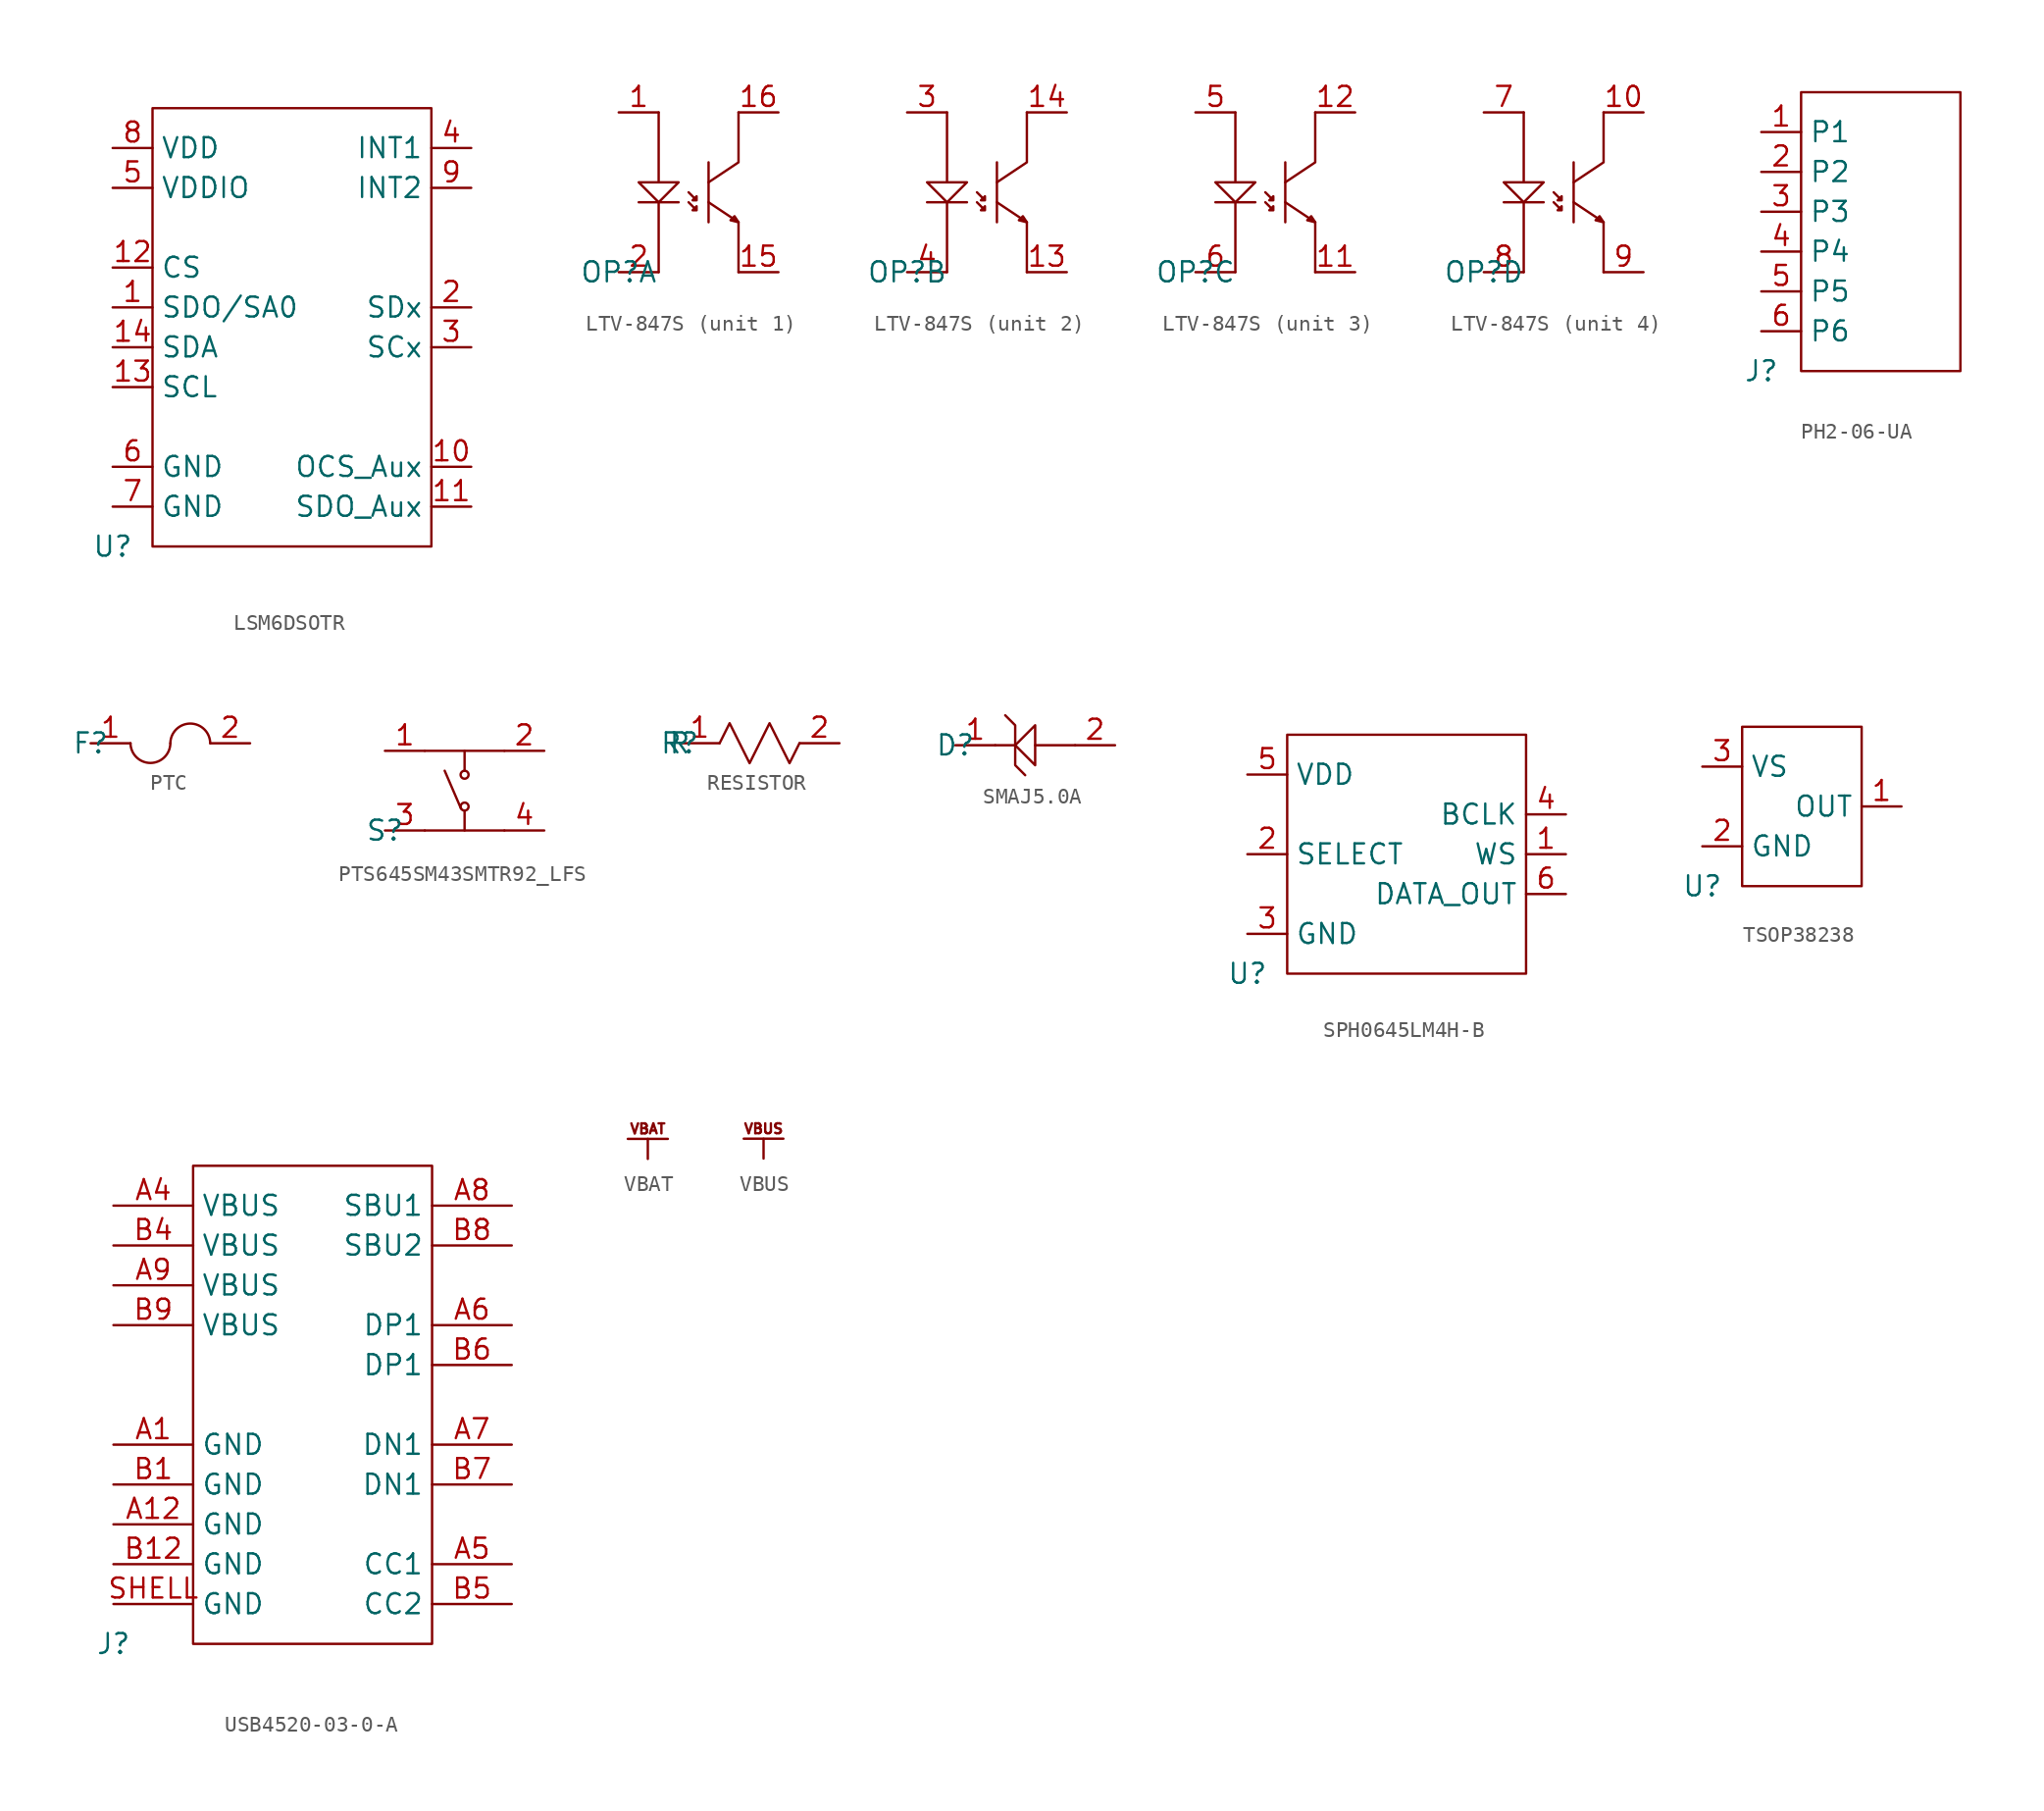
<source format=kicad_sym>
(kicad_symbol_lib
  (version 20220914)
  (generator kicad_symbol_editor)
  (symbol "LSM6DSOTR"
    (property "Reference" "U"
      (at 0 0 0)
      (effects (font (size 1.27 1.27))))
    (symbol "LSM6DSOTR_0_1"
      (rectangle (start 2.54 27.94) (end 20.32 0) (stroke (width 0) (type default)) (fill (type none))))
    (symbol "LSM6DSOTR_1_1"
      (pin bidirectional line (at 0 15.24 0) (length 2.54) (name "SDO/SA0" (effects (font (size 1.27 1.27)))) (number "1" (effects (font (size 1.27 1.27)))) (alternate "MISO" output line) (alternate "SA0" input line))
      (pin output line (at 22.86 5.08 180) (length 2.54) (name "OCS_Aux" (effects (font (size 1.27 1.27)))) (number "10" (effects (font (size 1.27 1.27)))) (alternate "NC" no_connect line))
      (pin output line (at 22.86 2.54 180) (length 2.54) (name "SDO_Aux" (effects (font (size 1.27 1.27)))) (number "11" (effects (font (size 1.27 1.27)))) (alternate "NC" no_connect line))
      (pin input line (at 0 17.78 0) (length 2.54) (name "CS" (effects (font (size 1.27 1.27)))) (number "12" (effects (font (size 1.27 1.27)))))
      (pin input line (at 0 10.16 0) (length 2.54) (name "SCL" (effects (font (size 1.27 1.27)))) (number "13" (effects (font (size 1.27 1.27)))))
      (pin open_collector line (at 0 12.7 0) (length 2.54) (name "SDA" (effects (font (size 1.27 1.27)))) (number "14" (effects (font (size 1.27 1.27)))) (alternate "MOSI" input line) (alternate "SDO" output line))
      (pin passive line (at 22.86 15.24 180) (length 2.54) (name "SDx" (effects (font (size 1.27 1.27)))) (number "2" (effects (font (size 1.27 1.27)))) (alternate "MSDA" open_collector line) (alternate "SDI" input line) (alternate "SDO" output line))
      (pin passive line (at 22.86 12.7 180) (length 2.54) (name "SCx" (effects (font (size 1.27 1.27)))) (number "3" (effects (font (size 1.27 1.27)))) (alternate "MSCL" open_collector line) (alternate "SPC_Aux" output line))
      (pin output line (at 22.86 25.4 180) (length 2.54) (name "INT1" (effects (font (size 1.27 1.27)))) (number "4" (effects (font (size 1.27 1.27)))))
      (pin power_in line (at 0 22.86 0) (length 2.54) (name "VDDIO" (effects (font (size 1.27 1.27)))) (number "5" (effects (font (size 1.27 1.27)))))
      (pin passive line (at 0 5.08 0) (length 2.54) (name "GND" (effects (font (size 1.27 1.27)))) (number "6" (effects (font (size 1.27 1.27)))))
      (pin passive line (at 0 2.54 0) (length 2.54) (name "GND" (effects (font (size 1.27 1.27)))) (number "7" (effects (font (size 1.27 1.27)))))
      (pin power_in line (at 0 25.4 0) (length 2.54) (name "VDD" (effects (font (size 1.27 1.27)))) (number "8" (effects (font (size 1.27 1.27)))))
      (pin output line (at 22.86 22.86 180) (length 2.54) (name "INT2" (effects (font (size 1.27 1.27)))) (number "9" (effects (font (size 1.27 1.27)))))))
  (symbol "LTV-847S"
    (pin_names hide)
    (property "Reference" "OP"
      (at 0 0 0)
      (effects (font (size 1.27 1.27))))
    (symbol "LTV-847S_0_1"
      (polyline (pts (xy 1.27 4.445) (xy 3.81 4.445)) (stroke (width 0) (type default)) (fill (type none)))
      (polyline (pts (xy 2.54 4.445) (xy 2.54 0)) (stroke (width 0) (type default)) (fill (type none)))
      (polyline (pts (xy 2.54 10.16) (xy 2.54 5.715)) (stroke (width 0) (type default)) (fill (type none)))
      (polyline (pts (xy 5.715 6.985) (xy 5.715 3.175)) (stroke (width 0) (type default)) (fill (type none)))
      (polyline (pts (xy 7.62 0) (xy 7.62 3.175) (xy 5.715 4.445)) (stroke (width 0) (type default)) (fill (type none)))
      (polyline (pts (xy 7.62 10.16) (xy 7.62 6.985) (xy 5.715 5.715)) (stroke (width 0) (type default)) (fill (type none)))
      (polyline (pts (xy 2.54 4.445) (xy 3.81 5.715) (xy 1.27 5.715) (xy 2.54 4.445)) (stroke (width 0) (type default)) (fill (type none)))
      (polyline (pts (xy 7.62 3.175) (xy 7.366 3.556) (xy 7.112 3.302) (xy 7.62 3.175)) (stroke (width 0) (type default)) (fill (type none)))
      (polyline (pts (xy 4.445 4.445) (xy 4.953 3.937) (xy 4.953 4.191) (xy 4.699 3.937) (xy 4.953 3.937)) (stroke (width 0) (type default)) (fill (type none)))
      (polyline (pts (xy 4.445 5.08) (xy 4.953 4.572) (xy 4.953 4.826) (xy 4.699 4.572) (xy 4.953 4.572)) (stroke (width 0) (type default)) (fill (type none))))
    (symbol "LTV-847S_1_1"
      (pin passive line (at 0 10.16 0) (length 2.54) (name "A" (effects (font (size 1.27 1.27)))) (number "1" (effects (font (size 1.27 1.27)))))
      (pin open_emitter line (at 10.16 0 180) (length 2.54) (name "E" (effects (font (size 1.27 1.27)))) (number "15" (effects (font (size 1.27 1.27)))))
      (pin open_collector line (at 10.16 10.16 180) (length 2.54) (name "C" (effects (font (size 1.27 1.27)))) (number "16" (effects (font (size 1.27 1.27)))))
      (pin passive line (at 0 0 0) (length 2.54) (name "K" (effects (font (size 1.27 1.27)))) (number "2" (effects (font (size 1.27 1.27))))))
    (symbol "LTV-847S_2_1"
      (pin open_emitter line (at 10.16 0 180) (length 2.54) (name "E" (effects (font (size 1.27 1.27)))) (number "13" (effects (font (size 1.27 1.27)))))
      (pin open_collector line (at 10.16 10.16 180) (length 2.54) (name "C" (effects (font (size 1.27 1.27)))) (number "14" (effects (font (size 1.27 1.27)))))
      (pin passive line (at 0 10.16 0) (length 2.54) (name "A" (effects (font (size 1.27 1.27)))) (number "3" (effects (font (size 1.27 1.27)))))
      (pin passive line (at 0 0 0) (length 2.54) (name "K" (effects (font (size 1.27 1.27)))) (number "4" (effects (font (size 1.27 1.27))))))
    (symbol "LTV-847S_3_1"
      (pin open_emitter line (at 10.16 0 180) (length 2.54) (name "E" (effects (font (size 1.27 1.27)))) (number "11" (effects (font (size 1.27 1.27)))))
      (pin open_collector line (at 10.16 10.16 180) (length 2.54) (name "C" (effects (font (size 1.27 1.27)))) (number "12" (effects (font (size 1.27 1.27)))))
      (pin passive line (at 0 10.16 0) (length 2.54) (name "A" (effects (font (size 1.27 1.27)))) (number "5" (effects (font (size 1.27 1.27)))))
      (pin passive line (at 0 0 0) (length 2.54) (name "K" (effects (font (size 1.27 1.27)))) (number "6" (effects (font (size 1.27 1.27))))))
    (symbol "LTV-847S_4_1"
      (pin open_collector line (at 10.16 10.16 180) (length 2.54) (name "C" (effects (font (size 1.27 1.27)))) (number "10" (effects (font (size 1.27 1.27)))))
      (pin passive line (at 0 10.16 0) (length 2.54) (name "A" (effects (font (size 1.27 1.27)))) (number "7" (effects (font (size 1.27 1.27)))))
      (pin passive line (at 0 0 0) (length 2.54) (name "K" (effects (font (size 1.27 1.27)))) (number "8" (effects (font (size 1.27 1.27)))))
      (pin open_emitter line (at 10.16 0 180) (length 2.54) (name "E" (effects (font (size 1.27 1.27)))) (number "9" (effects (font (size 1.27 1.27)))))))
  (symbol "PH2-06-UA"
    (property "Reference" "J"
      (at 0 0 0)
      (effects (font (size 1.27 1.27))))
    (symbol "PH2-06-UA_0_1"
      (rectangle (start 2.54 17.78) (end 12.7 0) (stroke (width 0) (type default)) (fill (type none))))
    (symbol "PH2-06-UA_1_1"
      (pin unspecified line (at 0 15.24 0) (length 2.54) (name "P1" (effects (font (size 1.27 1.27)))) (number "1" (effects (font (size 1.27 1.27)))) (alternate "TX" output line))
      (pin unspecified line (at 0 12.7 0) (length 2.54) (name "P2" (effects (font (size 1.27 1.27)))) (number "2" (effects (font (size 1.27 1.27)))) (alternate "RST" input line))
      (pin unspecified line (at 0 10.16 0) (length 2.54) (name "P3" (effects (font (size 1.27 1.27)))) (number "3" (effects (font (size 1.27 1.27)))) (alternate "RX" input line))
      (pin unspecified line (at 0 7.62 0) (length 2.54) (name "P4" (effects (font (size 1.27 1.27)))) (number "4" (effects (font (size 1.27 1.27)))) (alternate "IO0" input line))
      (pin unspecified line (at 0 5.08 0) (length 2.54) (name "P5" (effects (font (size 1.27 1.27)))) (number "5" (effects (font (size 1.27 1.27)))) (alternate "GND" passive line))
      (pin unspecified line (at 0 2.54 0) (length 2.54) (name "P6" (effects (font (size 1.27 1.27)))) (number "6" (effects (font (size 1.27 1.27)))) (alternate "3.3" power_in line))))
  (symbol "PTC"
    (pin_names
      (offset 0))
    (property "Reference" "F"
      (at 0 0 0)
      (effects (font (size 1.27 1.27))))
    (property "Value" ""
      (at 0 0 0)
      (effects (font (size 1.27 1.27))))
    (symbol "PTC_0_1"
      (arc (start 2.54 0) (mid 3.81 -1.2542) (end 5.08 0) (stroke (width 0) (type default)) (fill (type none)))
      (arc (start 7.62 0) (mid 6.35 1.2542) (end 5.08 0) (stroke (width 0) (type default)) (fill (type none))))
    (symbol "PTC_1_1"
      (pin passive line (at 0 0 0) (length 2.54) (name "" (effects (font (size 1.27 1.27)))) (number "1" (effects (font (size 1.27 1.27)))))
      (pin passive line (at 10.16 0 180) (length 2.54) (name "" (effects (font (size 1.27 1.27)))) (number "2" (effects (font (size 1.27 1.27)))))))
  (symbol "PTS645SM43SMTR92_LFS"
    (pin_names
      (offset 0))
    (property "Reference" "S"
      (at 0 0 0)
      (effects (font (size 1.27 1.27))))
    (symbol "PTS645SM43SMTR92_LFS_0_1"
      (polyline (pts (xy 2.54 0) (xy 7.62 0)) (stroke (width 0) (type default)) (fill (type none)))
      (polyline (pts (xy 2.54 5.08) (xy 7.62 5.08)) (stroke (width 0) (type default)) (fill (type none)))
      (polyline (pts (xy 3.81 3.81) (xy 4.851 1.397)) (stroke (width 0) (type default)) (fill (type none)))
      (polyline (pts (xy 5.08 0) (xy 5.08 1.27)) (stroke (width 0) (type default)) (fill (type none)))
      (polyline (pts (xy 5.08 5.08) (xy 5.08 3.81)) (stroke (width 0) (type default)) (fill (type none)))
      (circle (center 5.08 1.524) (radius 0.254) (stroke (width 0) (type default)) (fill (type none)))
      (circle (center 5.08 3.556) (radius 0.254) (stroke (width 0) (type default)) (fill (type none))))
    (symbol "PTS645SM43SMTR92_LFS_1_1"
      (pin passive line (at 0 5.08 0) (length 2.54) (name "" (effects (font (size 1.27 1.27)))) (number "1" (effects (font (size 1.27 1.27)))))
      (pin passive line (at 10.16 5.08 180) (length 2.54) (name "" (effects (font (size 1.27 1.27)))) (number "2" (effects (font (size 1.27 1.27)))))
      (pin passive line (at 0 0 0) (length 2.54) (name "" (effects (font (size 1.27 1.27)))) (number "3" (effects (font (size 1.27 1.27)))))
      (pin passive line (at 10.16 0 180) (length 2.54) (name "" (effects (font (size 1.27 1.27)))) (number "4" (effects (font (size 1.27 1.27)))))))
  (symbol "RESISTOR"
    (pin_names
      (offset 0))
    (property "Reference" "R"
      (at 0 0 0)
      (effects (font (size 1.27 1.27))))
    (property "Value" "R"
      (at 0 0 0)
      (effects (font (size 1.27 1.27))))
    (symbol "RESISTOR_0_1"
      (polyline (pts (xy 2.54 0) (xy 3.175 1.27) (xy 4.445 -1.27) (xy 5.715 1.27) (xy 6.985 -1.27) (xy 7.62 0)) (stroke (width 0) (type default)) (fill (type none))))
    (symbol "RESISTOR_1_1"
      (pin passive line (at 0 0 0) (length 2.54) (name "" (effects (font (size 1.27 1.27)))) (number "1" (effects (font (size 1.27 1.27)))))
      (pin passive line (at 10.16 0 180) (length 2.54) (name "" (effects (font (size 1.27 1.27)))) (number "2" (effects (font (size 1.27 1.27)))))))
  (symbol "SMAJ5.0A"
    (pin_names
      (offset 0))
    (property "Reference" "D"
      (at 0 0 0)
      (effects (font (size 1.27 1.27))))
    (symbol "SMAJ5.0A_0_1"
      (polyline (pts (xy 3.81 0) (xy 2.54 0)) (stroke (width 0) (type default)) (fill (type none)))
      (polyline (pts (xy 7.62 0) (xy 5.08 0)) (stroke (width 0) (type default)) (fill (type none)))
      (polyline (pts (xy 3.81 0) (xy 5.08 -1.27) (xy 5.08 1.27) (xy 3.81 0)) (stroke (width 0) (type default)) (fill (type none)))
      (polyline (pts (xy 4.445 -1.905) (xy 3.81 -1.27) (xy 3.81 1.27) (xy 3.175 1.905)) (stroke (width 0) (type default)) (fill (type none))))
    (symbol "SMAJ5.0A_1_1"
      (pin passive line (at 0 0 0) (length 2.54) (name "" (effects (font (size 1.27 1.27)))) (number "1" (effects (font (size 1.27 1.27)))))
      (pin passive line (at 10.16 0 180) (length 2.54) (name "" (effects (font (size 1.27 1.27)))) (number "2" (effects (font (size 1.27 1.27)))))))
  (symbol "SPH0645LM4H-B"
    (property "Reference" "U"
      (at 0 0 0)
      (effects (font (size 1.27 1.27))))
    (symbol "SPH0645LM4H-B_0_1"
      (rectangle (start 2.54 15.24) (end 17.78 0) (stroke (width 0) (type default)) (fill (type none))))
    (symbol "SPH0645LM4H-B_1_1"
      (pin input line (at 20.32 7.62 180) (length 2.54) (name "WS" (effects (font (size 1.27 1.27)))) (number "1" (effects (font (size 1.27 1.27)))))
      (pin input line (at 0 7.62 0) (length 2.54) (name "SELECT" (effects (font (size 1.27 1.27)))) (number "2" (effects (font (size 1.27 1.27)))))
      (pin passive line (at 0 2.54 0) (length 2.54) (name "GND" (effects (font (size 1.27 1.27)))) (number "3" (effects (font (size 1.27 1.27)))))
      (pin input line (at 20.32 10.16 180) (length 2.54) (name "BCLK" (effects (font (size 1.27 1.27)))) (number "4" (effects (font (size 1.27 1.27)))))
      (pin power_in line (at 0 12.7 0) (length 2.54) (name "VDD" (effects (font (size 1.27 1.27)))) (number "5" (effects (font (size 1.27 1.27)))))
      (pin output line (at 20.32 5.08 180) (length 2.54) (name "DATA_OUT" (effects (font (size 1.27 1.27)))) (number "6" (effects (font (size 1.27 1.27)))))))
  (symbol "TSOP38238"
    (property "Reference" "U"
      (at 0 0 0)
      (effects (font (size 1.27 1.27))))
    (symbol "TSOP38238_0_1"
      (rectangle (start 2.54 10.16) (end 10.16 0) (stroke (width 0) (type default)) (fill (type none))))
    (symbol "TSOP38238_1_1"
      (pin output line (at 12.7 5.08 180) (length 2.54) (name "OUT" (effects (font (size 1.27 1.27)))) (number "1" (effects (font (size 1.27 1.27)))))
      (pin passive line (at 0 2.54 0) (length 2.54) (name "GND" (effects (font (size 1.27 1.27)))) (number "2" (effects (font (size 1.27 1.27)))))
      (pin power_in line (at 0 7.62 0) (length 2.54) (name "VS" (effects (font (size 1.27 1.27)))) (number "3" (effects (font (size 1.27 1.27)))))))
  (symbol "USB4520-03-0-A"
    (property "Reference" "J"
      (at 0 0 0)
      (effects (font (size 1.27 1.27))))
    (symbol "USB4520-03-0-A_0_1"
      (rectangle (start 5.08 30.48) (end 20.32 0) (stroke (width 0) (type default)) (fill (type none))))
    (symbol "USB4520-03-0-A_1_1"
      (pin passive line (at 0 12.7 0) (length 5.08) (name "GND" (effects (font (size 1.27 1.27)))) (number "A1" (effects (font (size 1.27 1.27)))))
      (pin passive line (at 0 7.62 0) (length 5.08) (name "GND" (effects (font (size 1.27 1.27)))) (number "A12" (effects (font (size 1.27 1.27)))))
      (pin power_in line (at 0 27.94 0) (length 5.08) (name "VBUS" (effects (font (size 1.27 1.27)))) (number "A4" (effects (font (size 1.27 1.27)))) (alternate "VBUS" power_out line))
      (pin input line (at 25.4 5.08 180) (length 5.08) (name "CC1" (effects (font (size 1.27 1.27)))) (number "A5" (effects (font (size 1.27 1.27)))))
      (pin bidirectional line (at 25.4 20.32 180) (length 5.08) (name "DP1" (effects (font (size 1.27 1.27)))) (number "A6" (effects (font (size 1.27 1.27)))))
      (pin bidirectional line (at 25.4 12.7 180) (length 5.08) (name "DN1" (effects (font (size 1.27 1.27)))) (number "A7" (effects (font (size 1.27 1.27)))))
      (pin bidirectional line (at 25.4 27.94 180) (length 5.08) (name "SBU1" (effects (font (size 1.27 1.27)))) (number "A8" (effects (font (size 1.27 1.27)))))
      (pin power_in line (at 0 22.86 0) (length 5.08) (name "VBUS" (effects (font (size 1.27 1.27)))) (number "A9" (effects (font (size 1.27 1.27)))) (alternate "VBUS" power_out line))
      (pin passive line (at 0 10.16 0) (length 5.08) (name "GND" (effects (font (size 1.27 1.27)))) (number "B1" (effects (font (size 1.27 1.27)))))
      (pin passive line (at 0 5.08 0) (length 5.08) (name "GND" (effects (font (size 1.27 1.27)))) (number "B12" (effects (font (size 1.27 1.27)))))
      (pin power_in line (at 0 25.4 0) (length 5.08) (name "VBUS" (effects (font (size 1.27 1.27)))) (number "B4" (effects (font (size 1.27 1.27)))) (alternate "VBUS" power_out line))
      (pin input line (at 25.4 2.54 180) (length 5.08) (name "CC2" (effects (font (size 1.27 1.27)))) (number "B5" (effects (font (size 1.27 1.27)))))
      (pin bidirectional line (at 25.4 17.78 180) (length 5.08) (name "DP1" (effects (font (size 1.27 1.27)))) (number "B6" (effects (font (size 1.27 1.27)))))
      (pin bidirectional line (at 25.4 10.16 180) (length 5.08) (name "DN1" (effects (font (size 1.27 1.27)))) (number "B7" (effects (font (size 1.27 1.27)))))
      (pin bidirectional line (at 25.4 25.4 180) (length 5.08) (name "SBU2" (effects (font (size 1.27 1.27)))) (number "B8" (effects (font (size 1.27 1.27)))))
      (pin power_in line (at 0 20.32 0) (length 5.08) (name "VBUS" (effects (font (size 1.27 1.27)))) (number "B9" (effects (font (size 1.27 1.27)))) (alternate "VBUS" power_out line))
      (pin passive line (at 0 2.54 0) (length 5.08) (name "GND" (effects (font (size 1.27 1.27)))) (number "SHELL" (effects (font (size 1.27 1.27)))))))
  (symbol "VBAT"
    (power)
    (pin_names
      (offset 0))
    (property "Reference" "#PWR"
      (at 0 0 0)
      (effects (font (size 1.27 1.27)) hide))
    (symbol "VBAT_0_1"
      (polyline (pts (xy -1.27 1.27) (xy 1.27 1.27)) (stroke (width 0) (type default)) (fill (type none)))
      (polyline (pts (xy 0 0) (xy 0 1.27)) (stroke (width 0) (type default)) (fill (type none))))
    (symbol "VBAT_1_1"
      (text "VBAT" (at 0 1.905 0) (effects (font (size 0.635 0.635))))
      (pin power_in line (at 0 0 90) (length 0) hide (name "VBAT" (effects (font (size 1.27 1.27)))) (number "1" (effects (font (size 1.27 1.27)))))))
  (symbol "VBUS"
    (power)
    (pin_names
      (offset 0))
    (property "Reference" "#PWR"
      (at 0 0 0)
      (effects (font (size 1.27 1.27)) hide))
    (symbol "VBUS_0_1"
      (polyline (pts (xy -1.27 1.27) (xy 1.27 1.27)) (stroke (width 0) (type default)) (fill (type none)))
      (polyline (pts (xy 0 0) (xy 0 1.27)) (stroke (width 0) (type default)) (fill (type none))))
    (symbol "VBUS_1_1"
      (text "VBUS" (at 0 1.905 0) (effects (font (size 0.635 0.635))))
      (pin power_in line (at 0 0 90) (length 0) hide (name "VBUS" (effects (font (size 1.27 1.27)))) (number "1" (effects (font (size 1.27 1.27))))))))
</source>
